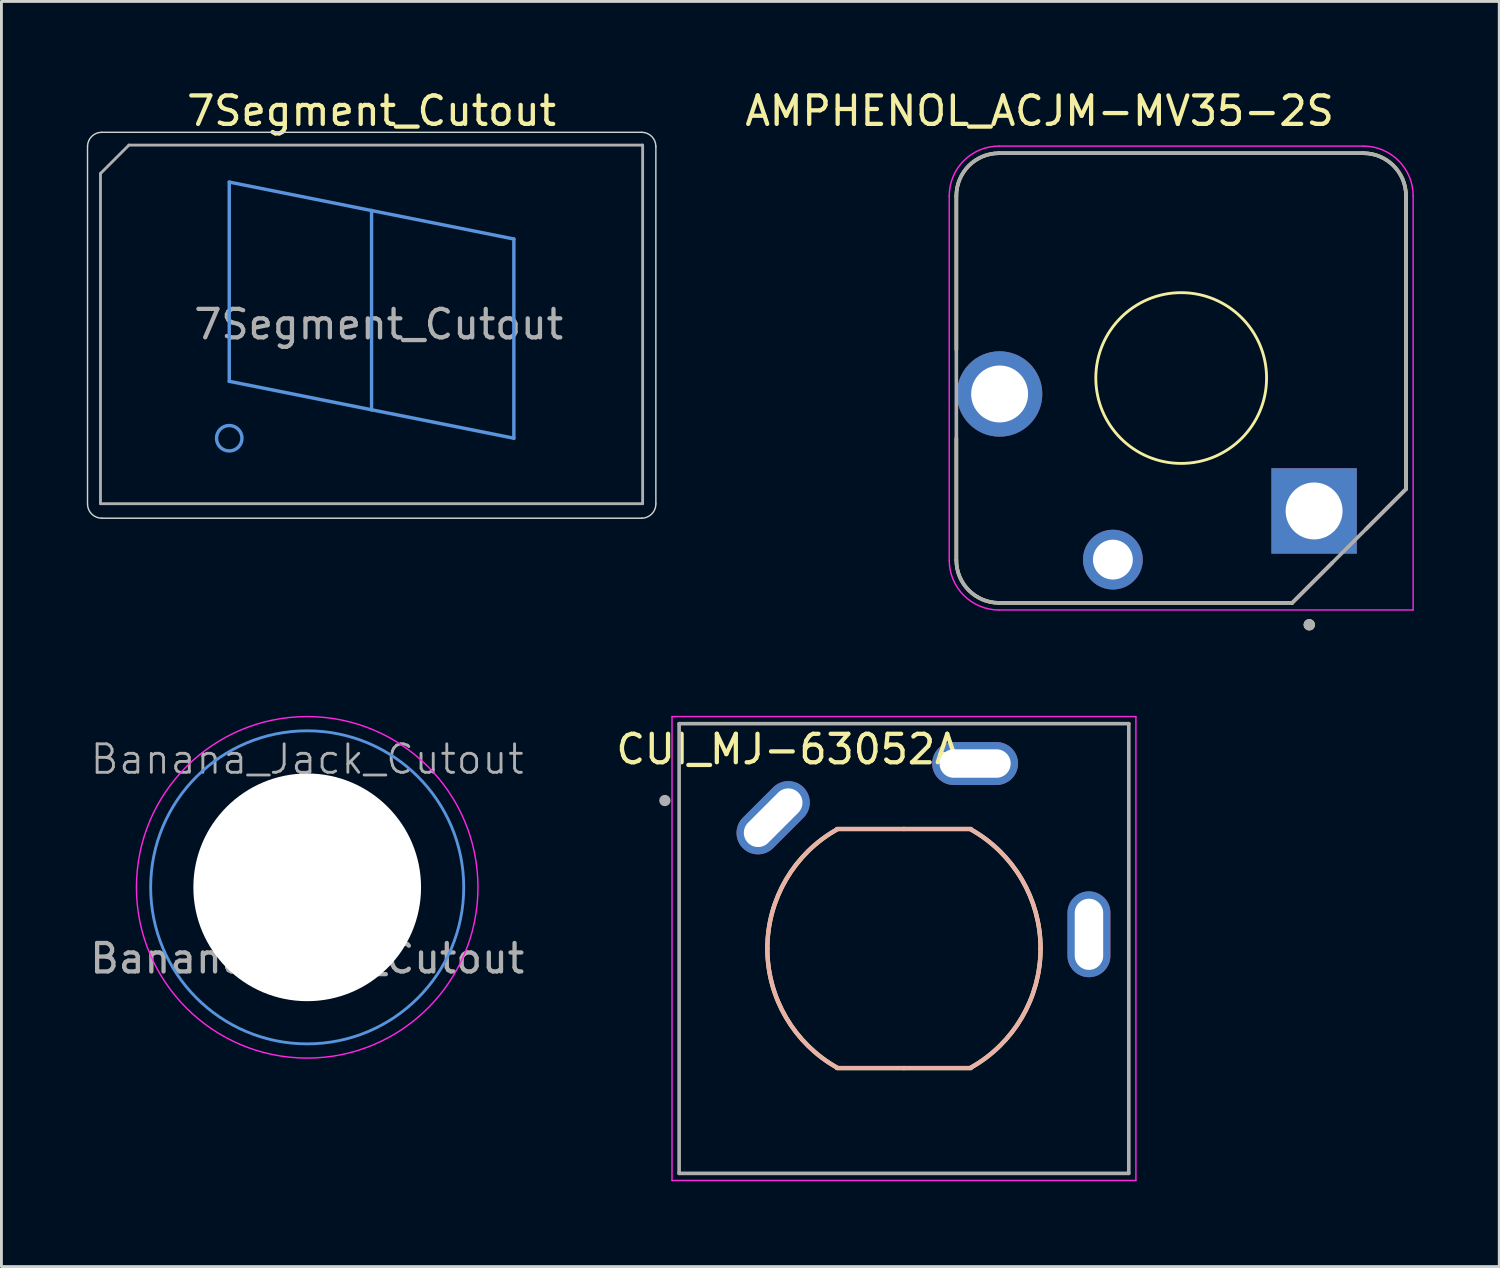
<source format=kicad_pcb>
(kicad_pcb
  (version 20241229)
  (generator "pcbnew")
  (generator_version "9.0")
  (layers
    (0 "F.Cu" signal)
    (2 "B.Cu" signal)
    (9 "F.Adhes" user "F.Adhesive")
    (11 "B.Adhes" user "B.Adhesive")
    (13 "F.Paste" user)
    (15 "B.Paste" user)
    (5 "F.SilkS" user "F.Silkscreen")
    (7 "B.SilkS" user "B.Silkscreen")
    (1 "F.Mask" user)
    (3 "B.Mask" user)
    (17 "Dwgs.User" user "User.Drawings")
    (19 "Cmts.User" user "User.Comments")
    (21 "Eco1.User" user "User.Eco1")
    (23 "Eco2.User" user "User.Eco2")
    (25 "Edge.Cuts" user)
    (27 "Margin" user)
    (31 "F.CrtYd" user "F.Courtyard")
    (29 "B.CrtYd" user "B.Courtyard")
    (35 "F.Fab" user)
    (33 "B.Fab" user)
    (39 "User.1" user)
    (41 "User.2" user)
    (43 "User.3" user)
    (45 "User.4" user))
  (footprint "AMPHENOL_ACJM-MV35-2S"
    (layer "F.Cu")
    (at 38.453 10.233)
    (property "Reference" "AMPHENOL_ACJM-MV35-2S" (at -4.975 -9.385 0) (layer "F.SilkS") (effects (font (size 1 1) (thickness 0.15))))
    (attr through_hole)
    (fp_line (start -7.9 -1) (end -7.9 -6.4) (stroke (width 0.127) (type solid)) (layer "F.SilkS"))
    (fp_line (start -7.9 6.4) (end -7.9 2.12) (stroke (width 0.127) (type solid)) (layer "F.SilkS"))
    (fp_line (start -6.4 -7.9) (end 6.4 -7.9) (stroke (width 0.127) (type solid)) (layer "F.SilkS"))
    (fp_line (start 3.9 7.9) (end -6.4 7.9) (stroke (width 0.127) (type solid)) (layer "F.SilkS"))
    (fp_line (start 5.31 6.49) (end 3.9 7.9) (stroke (width 0.127) (type solid)) (layer "F.SilkS"))
    (fp_line (start 7.9 -6.4) (end 7.9 3.9) (stroke (width 0.127) (type solid)) (layer "F.SilkS"))
    (fp_line (start 7.9 3.9) (end 6.49 5.31) (stroke (width 0.127) (type solid)) (layer "F.SilkS"))
    (fp_arc (start -7.9 -6.4) (mid -7.46066 -7.46066) (end -6.4 -7.9) (stroke (width 0.127) (type solid)) (layer "F.SilkS"))
    (fp_arc (start -6.4 7.9) (mid -7.46066 7.46066) (end -7.9 6.4) (stroke (width 0.127) (type solid)) (layer "F.SilkS"))
    (fp_arc (start 6.4 -7.9) (mid 7.46066 -7.46066) (end 7.9 -6.4) (stroke (width 0.127) (type solid)) (layer "F.SilkS"))
    (fp_circle (center 0 0) (end 3 0) (stroke (width 0.1) (type default)) (fill no) (layer "F.SilkS"))
    (fp_circle (center 4.5 8.67) (end 4.6 8.67) (stroke (width 0.2) (type solid)) (fill no) (layer "F.SilkS"))
    (fp_line (start -8.15 6.4) (end -8.15 -6.4) (stroke (width 0.05) (type solid)) (layer "F.CrtYd"))
    (fp_line (start -6.4 -8.15) (end 6.4 -8.15) (stroke (width 0.05) (type solid)) (layer "F.CrtYd"))
    (fp_line (start 8.15 -6.4) (end 8.15 8.15) (stroke (width 0.05) (type solid)) (layer "F.CrtYd"))
    (fp_line (start 8.15 8.15) (end -6.4 8.15) (stroke (width 0.05) (type solid)) (layer "F.CrtYd"))
    (fp_arc (start -8.15 -6.4) (mid -7.637437 -7.637437) (end -6.4 -8.15) (stroke (width 0.05) (type solid)) (layer "F.CrtYd"))
    (fp_arc (start -6.4 8.15) (mid -7.637437 7.637437) (end -8.15 6.4) (stroke (width 0.05) (type solid)) (layer "F.CrtYd"))
    (fp_arc (start 6.4 -8.15) (mid 7.637437 -7.637437) (end 8.15 -6.4) (stroke (width 0.05) (type solid)) (layer "F.CrtYd"))
    (fp_line (start -7.9 6.4) (end -7.9 -6.4) (stroke (width 0.127) (type solid)) (layer "F.Fab"))
    (fp_line (start -6.4 -7.9) (end 6.4 -7.9) (stroke (width 0.127) (type solid)) (layer "F.Fab"))
    (fp_line (start 3.9 7.9) (end -6.4 7.9) (stroke (width 0.127) (type solid)) (layer "F.Fab"))
    (fp_line (start 7.9 -6.4) (end 7.9 3.9) (stroke (width 0.127) (type solid)) (layer "F.Fab"))
    (fp_line (start 7.9 3.9) (end 3.9 7.9) (stroke (width 0.127) (type solid)) (layer "F.Fab"))
    (fp_arc (start -7.9 -6.4) (mid -7.46066 -7.46066) (end -6.4 -7.9) (stroke (width 0.127) (type solid)) (layer "F.Fab"))
    (fp_arc (start -6.4 7.9) (mid -7.46066 7.46066) (end -7.9 6.4) (stroke (width 0.127) (type solid)) (layer "F.Fab"))
    (fp_arc (start 6.4 -7.9) (mid 7.46066 -7.46066) (end 7.9 -6.4) (stroke (width 0.127) (type solid)) (layer "F.Fab"))
    (fp_circle (center 4.5 8.67) (end 4.6 8.67) (stroke (width 0.2) (type solid)) (fill no) (layer "F.Fab"))
    (pad "S" thru_hole rect (at 4.67 4.67) (size 3 3) (drill 2) (layers "*.Cu" "*.Mask"))
    (pad "T" thru_hole circle (at -6.38 0.56) (size 3 3) (drill 2) (layers "*.Cu" "*.Mask"))
    (pad "TN" thru_hole circle (at -2.4 6.38) (size 2.1 2.1) (drill 1.4) (layers "*.Cu" "*.Mask")))
  (footprint "Banana_Jack_Cutout"
    (layer "F.Cu")
    (at 7.744 28.128)
    (property "Reference" "Banana_Jack_Cutout" (at 0 -4.5 0) (unlocked yes) (layer "F.Fab") (effects (font (size 1 1) (thickness 0.1))))
    (attr through_hole)
    (fp_circle (center 0 0) (end 0 5.5) (stroke (width 0.1) (type default)) (fill no) (layer "Cmts.User"))
    (fp_circle (center 0 0) (end 0 6) (stroke (width 0.05) (type default)) (fill no) (layer "F.CrtYd"))
    (fp_text user "${REFERENCE}" (at 0 2.5 0) (unlocked yes) (layer "F.Fab") (effects (font (size 1 1) (thickness 0.15))))
    (pad "" np_thru_hole circle (at 0 0) (size 8 8) (drill 8) (layers "*.Cu" "*.Mask")))
  (footprint "7Segment_Cutout"
    (layer "F.Cu")
    (at 2.385 3.268)
    (property "Reference" "7Segment_Cutout" (at 7.62 -2.42 0) (layer "F.SilkS") (effects (font (size 1 1) (thickness 0.15))))
    (attr through_hole exclude_from_bom)
    (fp_line (start 2.62 0.08) (end 2.62 7.08) (stroke (width 0.12) (type solid)) (layer "Cmts.User"))
    (fp_line (start 2.62 7.08) (end 7.62 8.08) (stroke (width 0.12) (type solid)) (layer "Cmts.User"))
    (fp_line (start 7.62 1.08) (end 2.62 0.08) (stroke (width 0.12) (type solid)) (layer "Cmts.User"))
    (fp_line (start 7.62 8.08) (end 7.62 1.08) (stroke (width 0.12) (type solid)) (layer "Cmts.User"))
    (fp_line (start 12.62 2.08) (end 7.62 1.08) (stroke (width 0.12) (type solid)) (layer "Cmts.User"))
    (fp_line (start 12.62 2.08) (end 12.62 9.08) (stroke (width 0.12) (type solid)) (layer "Cmts.User"))
    (fp_line (start 12.62 9.08) (end 7.62 8.08) (stroke (width 0.12) (type solid)) (layer "Cmts.User"))
    (fp_circle (center 2.62 9.08) (end 3.067 9.08) (stroke (width 0.12) (type solid)) (fill no) (layer "Cmts.User"))
    (fp_line (start -2.36 11.39) (end -2.36 -1.17) (stroke (width 0.05) (type default)) (layer "Edge.Cuts"))
    (fp_line (start -1.86 -1.67) (end 17.11 -1.67) (stroke (width 0.05) (type default)) (layer "Edge.Cuts"))
    (fp_line (start 17.11 11.89) (end -1.86 11.89) (stroke (width 0.05) (type default)) (layer "Edge.Cuts"))
    (fp_line (start 17.61 -1.17) (end 17.61 11.39) (stroke (width 0.05) (type default)) (layer "Edge.Cuts"))
    (fp_arc (start -2.36 -1.17) (mid -2.213553 -1.523553) (end -1.86 -1.67) (stroke (width 0.05) (type default)) (layer "Edge.Cuts"))
    (fp_arc (start -1.86 11.89) (mid -2.213553 11.743553) (end -2.36 11.39) (stroke (width 0.05) (type default)) (layer "Edge.Cuts"))
    (fp_arc (start 17.11 -1.67) (mid 17.463553 -1.523553) (end 17.61 -1.17) (stroke (width 0.05) (type default)) (layer "Edge.Cuts"))
    (fp_arc (start 17.61 11.39) (mid 17.463553 11.743553) (end 17.11 11.89) (stroke (width 0.05) (type default)) (layer "Edge.Cuts"))
    (fp_line (start -1.905 -0.22) (end -1.905 11.38) (stroke (width 0.1) (type solid)) (layer "F.Fab"))
    (fp_line (start -1.905 11.38) (end 17.145 11.38) (stroke (width 0.1) (type solid)) (layer "F.Fab"))
    (fp_line (start -0.905 -1.22) (end -1.905 -0.22) (stroke (width 0.1) (type solid)) (layer "F.Fab"))
    (fp_line (start -0.905 -1.22) (end 17.145 -1.22) (stroke (width 0.1) (type solid)) (layer "F.Fab"))
    (fp_line (start 17.145 11.38) (end 17.145 -1.22) (stroke (width 0.1) (type solid)) (layer "F.Fab"))
    (fp_text user "${REFERENCE}" (at 7.87 5.08 0) (layer "F.Fab") (effects (font (size 1 1) (thickness 0.15)))))
  (footprint "CUI_MJ-63052A"
    (layer "F.Cu")
    (at 28.712 30.278)
    (property "Reference" "CUI_MJ-63052A" (at -4.075 -7 0) (layer "F.SilkS") (effects (font (size 1 1) (thickness 0.15))))
    (attr through_hole)
    (fp_line (start 0 -4.2) (end -2.35 -4.2) (stroke (width 0.15) (type default)) (layer "F.SilkS"))
    (fp_line (start 0 -4.2) (end 2.35 -4.2) (stroke (width 0.15) (type default)) (layer "F.SilkS"))
    (fp_line (start 0 4.2) (end -2.35 4.2) (stroke (width 0.15) (type default)) (layer "F.SilkS"))
    (fp_line (start 0 4.2) (end 2.35 4.2) (stroke (width 0.15) (type default)) (layer "F.SilkS"))
    (fp_arc (start -4.8 0) (mid -4.14066 -2.427948) (end -2.343778 -4.188879) (stroke (width 0.15) (type default)) (layer "F.SilkS"))
    (fp_arc (start -2.343778 4.188879) (mid -4.14066 2.427948) (end -4.8 0) (stroke (width 0.15) (type default)) (layer "F.SilkS"))
    (fp_arc (start 2.343778 -4.188879) (mid 4.14066 -2.427948) (end 4.8 0) (stroke (width 0.15) (type default)) (layer "F.SilkS"))
    (fp_arc (start 4.8 0) (mid 4.14066 2.427948) (end 2.343778 4.188879) (stroke (width 0.15) (type default)) (layer "F.SilkS"))
    (fp_line (start 0 -4.2) (end -2.35 -4.2) (stroke (width 0.15) (type default)) (layer "B.SilkS"))
    (fp_line (start 0 -4.2) (end 2.35 -4.2) (stroke (width 0.15) (type default)) (layer "B.SilkS"))
    (fp_line (start 0 4.2) (end -2.35 4.2) (stroke (width 0.15) (type default)) (layer "B.SilkS"))
    (fp_line (start 0 4.2) (end 2.35 4.2) (stroke (width 0.15) (type default)) (layer "B.SilkS"))
    (fp_arc (start -4.8 0) (mid -4.14066 -2.427948) (end -2.343778 -4.188879) (stroke (width 0.15) (type default)) (layer "B.SilkS"))
    (fp_arc (start -2.343778 4.188879) (mid -4.14066 2.427948) (end -4.8 0) (stroke (width 0.15) (type default)) (layer "B.SilkS"))
    (fp_arc (start 2.343778 -4.188879) (mid 4.14066 -2.427948) (end 4.8 0) (stroke (width 0.15) (type default)) (layer "B.SilkS"))
    (fp_arc (start 4.8 0) (mid 4.14066 2.427948) (end 2.343778 4.188879) (stroke (width 0.15) (type default)) (layer "B.SilkS"))
    (fp_line (start -8.15 -8.15) (end 8.15 -8.15) (stroke (width 0.05) (type solid)) (layer "F.CrtYd"))
    (fp_line (start -8.15 8.15) (end -8.15 -8.15) (stroke (width 0.05) (type solid)) (layer "F.CrtYd"))
    (fp_line (start 8.15 -8.15) (end 8.15 8.15) (stroke (width 0.05) (type solid)) (layer "F.CrtYd"))
    (fp_line (start 8.15 8.15) (end -8.15 8.15) (stroke (width 0.05) (type solid)) (layer "F.CrtYd"))
    (fp_line (start -7.9 -7.9) (end -7.9 7.9) (stroke (width 0.127) (type solid)) (layer "F.Fab"))
    (fp_line (start -7.9 -7.9) (end 7.9 -7.9) (stroke (width 0.127) (type solid)) (layer "F.Fab"))
    (fp_line (start 7.9 -7.9) (end 7.9 7.9) (stroke (width 0.127) (type solid)) (layer "F.Fab"))
    (fp_line (start 7.9 7.9) (end -7.9 7.9) (stroke (width 0.127) (type solid)) (layer "F.Fab"))
    (fp_circle (center -8.4 -5.2) (end -8.3 -5.2) (stroke (width 0.2) (type solid)) (fill no) (layer "F.Fab"))
    (pad "S" thru_hole oval (at -4.596 -4.596 315) (size 1.508 3.016) (drill oval 1 2.5) (layers "*.Cu" "*.Mask"))
    (pad "T" thru_hole oval (at 6.5 -0.5) (size 1.508 3.016) (drill oval 1 2.5) (layers "*.Cu" "*.Mask"))
    (pad "TN" thru_hole oval (at 2.5 -6.5) (size 3.016 1.508) (drill oval 2.5 1) (layers "*.Cu" "*.Mask")))
  (gr_rect
    (start -3 -3)
    (end 49.628 41.453)
    (stroke (width 0.1) (type default))
    (fill no)
    (layer "Edge.Cuts")))
</source>
